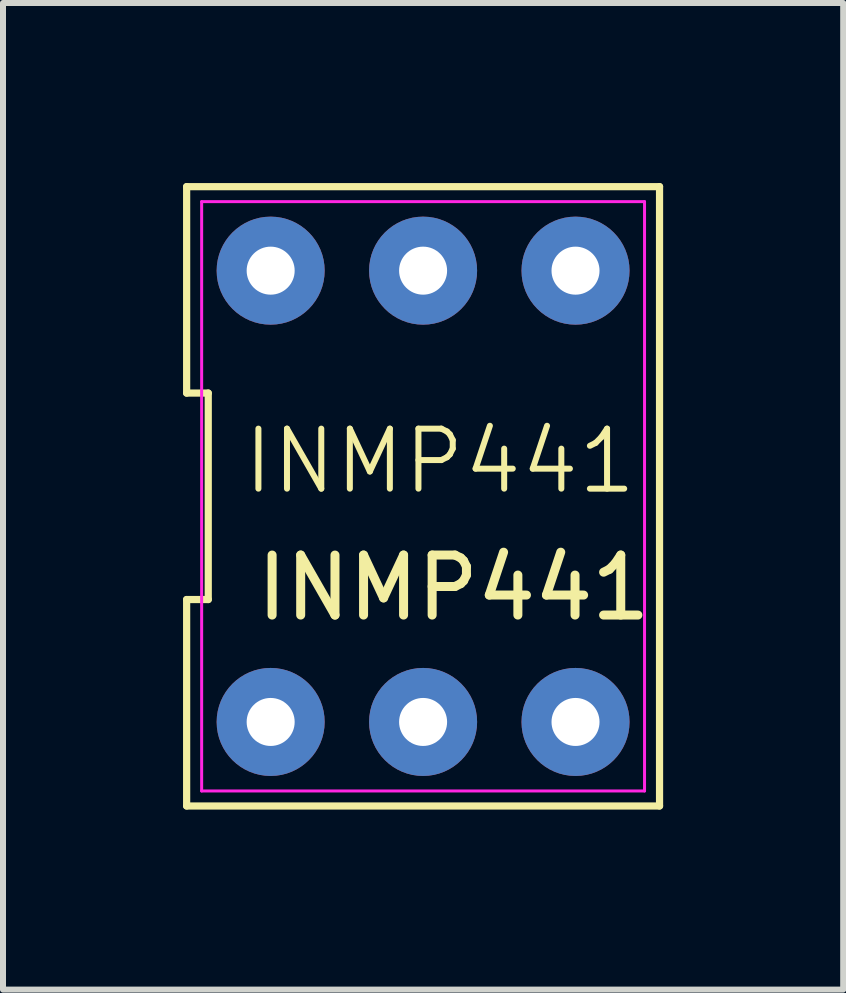
<source format=kicad_pcb>
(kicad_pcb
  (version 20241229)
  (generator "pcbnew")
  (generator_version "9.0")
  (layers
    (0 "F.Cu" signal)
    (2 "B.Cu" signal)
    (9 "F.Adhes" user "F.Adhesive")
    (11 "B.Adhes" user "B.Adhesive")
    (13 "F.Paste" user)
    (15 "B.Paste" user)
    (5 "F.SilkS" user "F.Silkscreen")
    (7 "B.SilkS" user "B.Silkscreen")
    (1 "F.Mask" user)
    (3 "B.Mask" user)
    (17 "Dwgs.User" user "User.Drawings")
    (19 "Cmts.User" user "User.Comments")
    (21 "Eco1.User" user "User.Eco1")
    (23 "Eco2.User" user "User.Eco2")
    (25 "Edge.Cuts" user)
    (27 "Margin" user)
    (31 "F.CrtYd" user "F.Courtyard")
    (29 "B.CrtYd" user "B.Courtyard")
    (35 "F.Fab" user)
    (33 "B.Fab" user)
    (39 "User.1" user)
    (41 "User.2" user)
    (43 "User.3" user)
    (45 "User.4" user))
  (footprint "INMP441"
    (layer "F.Cu")
    (at 4 5.22)
    (property "Reference" "INMP441" (at 0.508 1.524 180) (layer "F.SilkS") (effects (font (size 1 1) (thickness 0.15))))
    (attr through_hole)
    (fp_line (start -3.94 -1.72) (end -3.58 -1.72) (stroke (width 0.12) (type default)) (layer "F.SilkS"))
    (fp_line (start -3.94 1.72) (end -3.94 5.16) (stroke (width 0.12) (type default)) (layer "F.SilkS"))
    (fp_line (start -3.94 5.16) (end 3.94 5.16) (stroke (width 0.12) (type default)) (layer "F.SilkS"))
    (fp_line (start -3.94 -5.16) (end -3.94 -1.72) (stroke (width 0.12) (type default)) (layer "F.SilkS"))
    (fp_line (start -3.58 -1.72) (end -3.58 1.72) (stroke (width 0.12) (type default)) (layer "F.SilkS"))
    (fp_line (start -3.58 1.72) (end -3.94 1.72) (stroke (width 0.12) (type default)) (layer "F.SilkS"))
    (fp_line (start 3.94 5.16) (end 3.94 -5.16) (stroke (width 0.12) (type default)) (layer "F.SilkS"))
    (fp_line (start 3.94 -5.16) (end -3.94 -5.16) (stroke (width 0.12) (type default)) (layer "F.SilkS"))
    (fp_line (start -3.69 -4.91) (end 3.69 -4.91) (stroke (width 0.05) (type default)) (layer "F.CrtYd"))
    (fp_line (start -3.69 4.91) (end -3.69 -4.91) (stroke (width 0.05) (type default)) (layer "F.CrtYd"))
    (fp_line (start 3.69 -4.91) (end 3.69 4.91) (stroke (width 0.05) (type default)) (layer "F.CrtYd"))
    (fp_line (start 3.69 4.91) (end -3.69 4.91) (stroke (width 0.05) (type default)) (layer "F.CrtYd"))
    (fp_text user "INMP441" (at -3.048 0 0) (unlocked yes) (layer "F.SilkS") (effects (font (size 1 1) (thickness 0.1)) (justify left bottom)))
    (pad "1" thru_hole circle (at -2.54 3.76) (size 1.8 1.8) (drill 0.8) (layers "*.Cu" "*.Mask"))
    (pad "2" thru_hole circle (at 0 3.76) (size 1.8 1.8) (drill 0.8) (layers "*.Cu" "*.Mask"))
    (pad "3" thru_hole circle (at 2.54 3.76) (size 1.8 1.8) (drill 0.8) (layers "*.Cu" "*.Mask"))
    (pad "4" thru_hole circle (at -2.54 -3.76) (size 1.8 1.8) (drill 0.8) (layers "*.Cu" "*.Mask"))
    (pad "5" thru_hole circle (at 0 -3.76) (size 1.8 1.8) (drill 0.8) (layers "*.Cu" "*.Mask"))
    (pad "6" thru_hole circle (at 2.54 -3.76) (size 1.8 1.8) (drill 0.8) (layers "*.Cu" "*.Mask")))
  (gr_rect
    (start -3 -3)
    (end 11 13.44)
    (stroke (width 0.1) (type default))
    (fill no)
    (layer "Edge.Cuts")))
</source>
